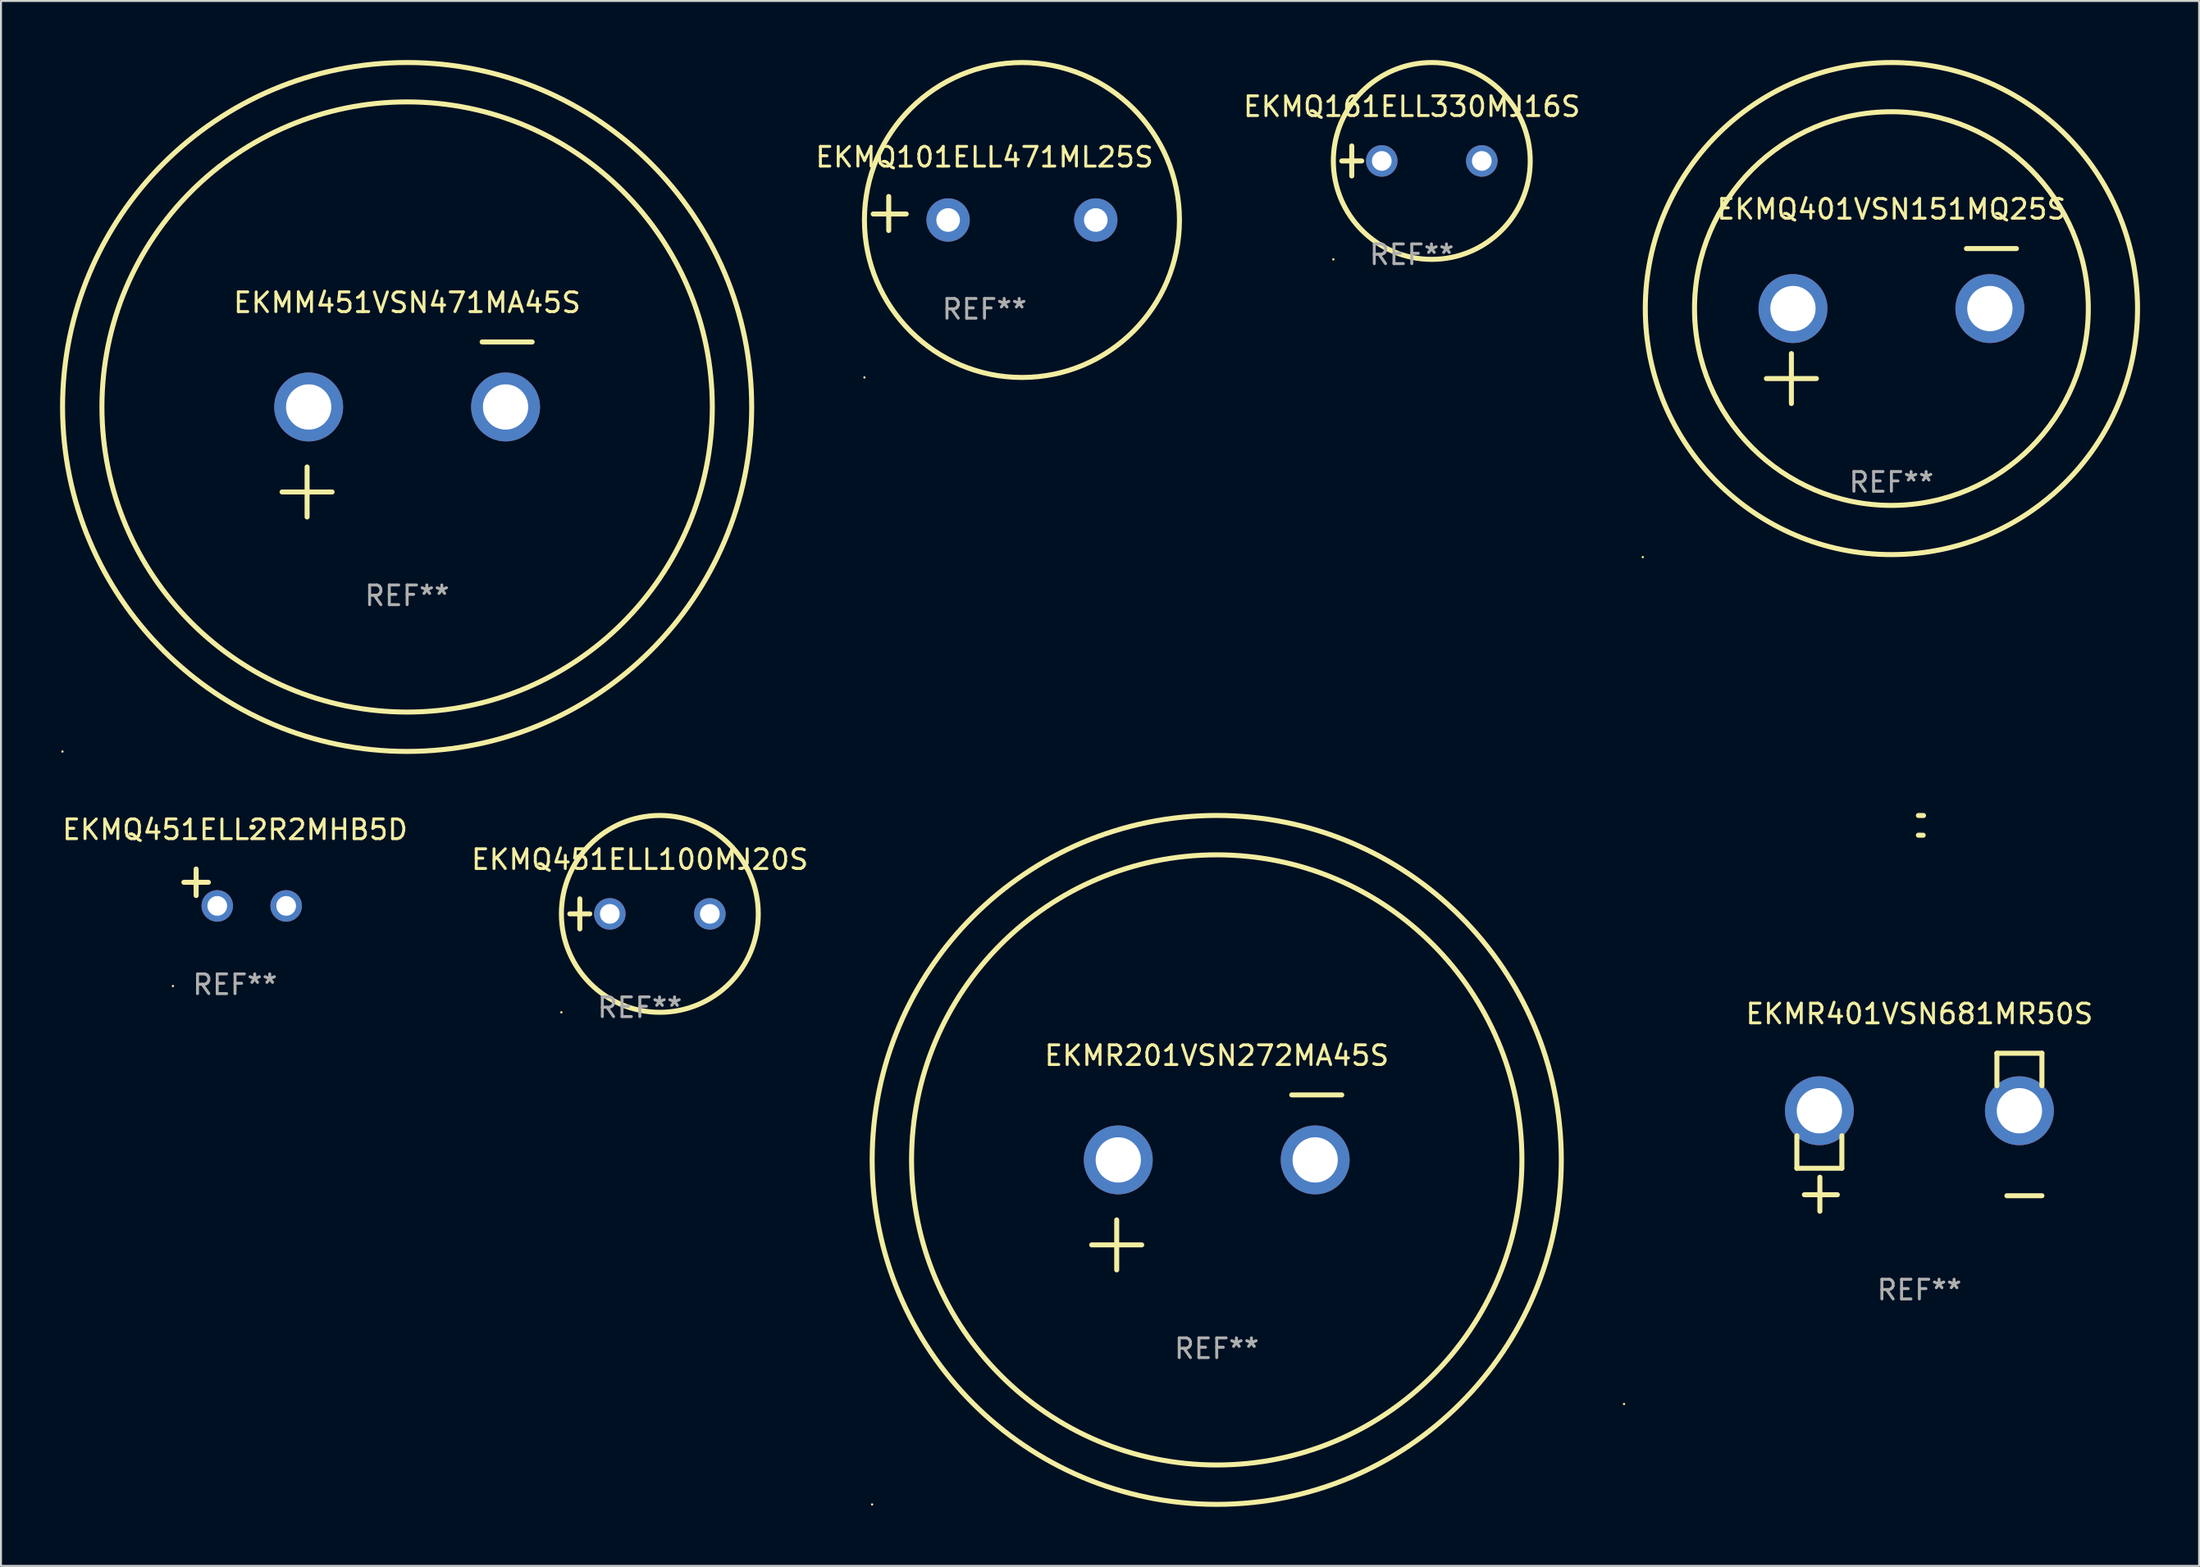
<source format=kicad_pcb>
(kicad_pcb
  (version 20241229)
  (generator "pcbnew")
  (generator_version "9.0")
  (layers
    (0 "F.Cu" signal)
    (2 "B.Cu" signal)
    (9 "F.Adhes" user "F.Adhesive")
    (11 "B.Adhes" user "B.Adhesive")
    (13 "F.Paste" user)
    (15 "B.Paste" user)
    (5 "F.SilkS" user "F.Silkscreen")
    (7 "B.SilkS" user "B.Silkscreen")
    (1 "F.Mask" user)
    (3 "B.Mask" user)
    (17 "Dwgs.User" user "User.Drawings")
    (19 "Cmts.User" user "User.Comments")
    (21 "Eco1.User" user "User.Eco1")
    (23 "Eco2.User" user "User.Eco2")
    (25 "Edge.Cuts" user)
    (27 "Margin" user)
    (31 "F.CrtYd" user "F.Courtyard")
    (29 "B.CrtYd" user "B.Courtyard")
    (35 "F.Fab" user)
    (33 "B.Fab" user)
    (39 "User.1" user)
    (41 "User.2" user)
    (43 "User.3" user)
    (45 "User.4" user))
  (footprint "EKMQ161ELL330MJ16S"
    (layer "F.Cu")
    (at 68.652 5.127)
    (property "Reference" "EKMQ161ELL330MJ16S" (at 0 -2.762 0) (layer "F.SilkS") (effects (font (size 1 1) (thickness 0.15))))
    (attr through_hole)
    (fp_line (start -3.556 0) (end -2.54 0) (stroke (width 0.254) (type solid)) (layer "F.SilkS"))
    (fp_line (start -3.048 -0.762) (end -3.048 0.762) (stroke (width 0.254) (type solid)) (layer "F.SilkS"))
    (fp_circle (center -3.984 5) (end -3.954 5) (stroke (width 0.06) (type solid)) (fill no) (layer "F.SilkS"))
    (fp_circle (center 1.016 0) (end 6.016 0) (stroke (width 0.254) (type solid)) (fill no) (layer "F.SilkS"))
    (fp_text user "REF**" (at 0 4.762 0) (layer "F.Fab") (effects (font (size 1 1) (thickness 0.15))))
    (pad "1" thru_hole circle (at -1.524 0) (size 1.6 1.6) (drill 1) (layers "*.Cu" "*.Mask"))
    (pad "2" thru_hole circle (at 3.556 0) (size 1.6 1.6) (drill 1) (layers "*.Cu" "*.Mask")))
  (footprint "EKMQ451ELL100MJ20S"
    (layer "F.Cu")
    (at 29.446 43.381)
    (property "Reference" "EKMQ451ELL100MJ20S" (at 0 -2.762 0) (layer "F.SilkS") (effects (font (size 1 1) (thickness 0.15))))
    (attr through_hole)
    (fp_line (start -3.556 0) (end -2.54 0) (stroke (width 0.254) (type solid)) (layer "F.SilkS"))
    (fp_line (start -3.048 -0.762) (end -3.048 0.762) (stroke (width 0.254) (type solid)) (layer "F.SilkS"))
    (fp_circle (center -3.984 5) (end -3.954 5) (stroke (width 0.06) (type solid)) (fill no) (layer "F.SilkS"))
    (fp_circle (center 1.016 0) (end 6.016 0) (stroke (width 0.254) (type solid)) (fill no) (layer "F.SilkS"))
    (fp_text user "REF**" (at 0 4.762 0) (layer "F.Fab") (effects (font (size 1 1) (thickness 0.15))))
    (pad "1" thru_hole circle (at -1.524 0) (size 1.6 1.6) (drill 1) (layers "*.Cu" "*.Mask"))
    (pad "2" thru_hole circle (at 3.556 0) (size 1.6 1.6) (drill 1) (layers "*.Cu" "*.Mask")))
  (footprint "EKMR401VSN681MR50S"
    (layer "F.Cu")
    (at 94.433 54.475)
    (property "Reference" "EKMR401VSN681MR50S" (at 0 -6.013 0) (layer "F.SilkS") (effects (font (size 1 1) (thickness 0.15))))
    (attr through_hole)
    (fp_line (start -6.223 0.178) (end -6.223 1.829) (stroke (width 0.254) (type solid)) (layer "F.SilkS"))
    (fp_line (start -6.223 1.829) (end -3.937 1.829) (stroke (width 0.254) (type solid)) (layer "F.SilkS"))
    (fp_line (start -5.055 4.013) (end -5.055 2.286) (stroke (width 0.254) (type solid)) (layer "F.SilkS"))
    (fp_line (start -4.166 3.175) (end -5.842 3.175) (stroke (width 0.254) (type solid)) (layer "F.SilkS"))
    (fp_line (start -3.937 1.829) (end -3.937 0.178) (stroke (width 0.254) (type solid)) (layer "F.SilkS"))
    (fp_line (start 3.937 -4.013) (end 3.937 -2.362) (stroke (width 0.254) (type solid)) (layer "F.SilkS"))
    (fp_line (start 6.223 -4.013) (end 3.937 -4.013) (stroke (width 0.254) (type solid)) (layer "F.SilkS"))
    (fp_line (start 6.223 -2.362) (end 6.223 -4.013) (stroke (width 0.254) (type solid)) (layer "F.SilkS"))
    (fp_line (start 6.223 3.226) (end 4.445 3.226) (stroke (width 0.254) (type solid)) (layer "F.SilkS"))
    (fp_arc (start -0.0508 -16.093472) (mid 0.080016 -16.092762) (end 0.210821 -16.090932) (stroke (width 0.254001) (type solid)) (layer "F.SilkS"))
    (fp_arc (start -0.0508 -15.09271) (mid 0.071125 -15.091961) (end 0.19304 -15.09017) (stroke (width 0.254001) (type solid)) (layer "F.SilkS"))
    (fp_circle (center -15 13.808) (end -14.97 13.808) (stroke (width 0.06) (type solid)) (fill no) (layer "F.SilkS"))
    (fp_text user "REF**" (at 0 8.013 0) (layer "F.Fab") (effects (font (size 1 1) (thickness 0.15))))
    (pad "1" thru_hole circle (at -5.08 -1.092) (size 3.5 3.5) (drill 2.3) (layers "*.Cu" "*.Mask"))
    (pad "2" thru_hole circle (at 5.08 -1.092) (size 3.5 3.5) (drill 2.3) (layers "*.Cu" "*.Mask")))
  (footprint "EKMQ101ELL471ML25S"
    (layer "F.Cu")
    (at 46.951 7.797)
    (property "Reference" "EKMQ101ELL471ML25S" (at 0 -2.864 0) (layer "F.SilkS") (effects (font (size 1 1) (thickness 0.15))))
    (attr through_hole)
    (fp_line (start -4.864 0.864) (end -4.864 -0.864) (stroke (width 0.254) (type solid)) (layer "F.SilkS"))
    (fp_line (start -3.975 0.025) (end -5.652 0.025) (stroke (width 0.254) (type solid)) (layer "F.SilkS"))
    (fp_circle (center -6.098 8.33) (end -6.068 8.33) (stroke (width 0.06) (type solid)) (fill no) (layer "F.SilkS"))
    (fp_circle (center 1.902 0.33) (end 9.902 0.33) (stroke (width 0.254) (type solid)) (fill no) (layer "F.SilkS"))
    (fp_text user "REF**" (at 0 4.864 0) (layer "F.Fab") (effects (font (size 1 1) (thickness 0.15))))
    (pad "1" thru_hole circle (at -1.848 0.33) (size 2.2 2.2) (drill 1.2) (layers "*.Cu" "*.Mask"))
    (pad "2" thru_hole circle (at 5.652 0.33) (size 2.2 2.2) (drill 1.2) (layers "*.Cu" "*.Mask")))
  (footprint "EKMM451VSN471MA45S"
    (layer "F.Cu")
    (at 17.627 18.77)
    (property "Reference" "EKMM451VSN471MA45S" (at 0 -6.445 0) (layer "F.SilkS") (effects (font (size 1 1) (thickness 0.15))))
    (attr through_hole)
    (fp_line (start -6.35 3.175) (end -3.81 3.175) (stroke (width 0.254) (type solid)) (layer "F.SilkS"))
    (fp_line (start -5.08 1.905) (end -5.08 4.445) (stroke (width 0.254) (type solid)) (layer "F.SilkS"))
    (fp_line (start 3.81 -4.445) (end 6.35 -4.445) (stroke (width 0.254) (type solid)) (layer "F.SilkS"))
    (fp_circle (center -17.505 16.362) (end -17.475 16.362) (stroke (width 0.06) (type solid)) (fill no) (layer "F.SilkS"))
    (fp_circle (center 0 -1.143) (end 15.5 -1.143) (stroke (width 0.254) (type solid)) (fill no) (layer "F.SilkS"))
    (fp_circle (center 0 -1.143) (end 17.5 -1.143) (stroke (width 0.254) (type solid)) (fill no) (layer "F.SilkS"))
    (fp_text user "REF**" (at 0 8.445 0) (layer "F.Fab") (effects (font (size 1 1) (thickness 0.15))))
    (pad "1" thru_hole circle (at -5 -1.143) (size 3.5 3.5) (drill 2.3) (layers "*.Cu" "*.Mask"))
    (pad "2" thru_hole circle (at 5 -1.143) (size 3.5 3.5) (drill 2.3) (layers "*.Cu" "*.Mask")))
  (footprint "EKMR201VSN272MA45S"
    (layer "F.Cu")
    (at 58.746 57.024)
    (property "Reference" "EKMR201VSN272MA45S" (at 0 -6.445 0) (layer "F.SilkS") (effects (font (size 1 1) (thickness 0.15))))
    (attr through_hole)
    (fp_line (start -6.35 3.175) (end -3.81 3.175) (stroke (width 0.254) (type solid)) (layer "F.SilkS"))
    (fp_line (start -5.08 1.905) (end -5.08 4.445) (stroke (width 0.254) (type solid)) (layer "F.SilkS"))
    (fp_line (start 3.81 -4.445) (end 6.35 -4.445) (stroke (width 0.254) (type solid)) (layer "F.SilkS"))
    (fp_circle (center -17.505 16.362) (end -17.475 16.362) (stroke (width 0.06) (type solid)) (fill no) (layer "F.SilkS"))
    (fp_circle (center 0 -1.143) (end 15.5 -1.143) (stroke (width 0.254) (type solid)) (fill no) (layer "F.SilkS"))
    (fp_circle (center 0 -1.143) (end 17.5 -1.143) (stroke (width 0.254) (type solid)) (fill no) (layer "F.SilkS"))
    (fp_text user "REF**" (at 0 8.445 0) (layer "F.Fab") (effects (font (size 1 1) (thickness 0.15))))
    (pad "1" thru_hole circle (at -5 -1.143) (size 3.5 3.5) (drill 2.3) (layers "*.Cu" "*.Mask"))
    (pad "2" thru_hole circle (at 5 -1.143) (size 3.5 3.5) (drill 2.3) (layers "*.Cu" "*.Mask")))
  (footprint "EKMQ401VSN151MQ25S"
    (layer "F.Cu")
    (at 93.012 13.516)
    (property "Reference" "EKMQ401VSN151MQ25S" (at 0 -5.937 0) (layer "F.SilkS") (effects (font (size 1 1) (thickness 0.15))))
    (attr through_hole)
    (fp_line (start -6.35 2.667) (end -3.81 2.667) (stroke (width 0.254) (type solid)) (layer "F.SilkS"))
    (fp_line (start -5.08 1.397) (end -5.08 3.937) (stroke (width 0.254) (type solid)) (layer "F.SilkS"))
    (fp_line (start 3.81 -3.937) (end 6.35 -3.937) (stroke (width 0.254) (type solid)) (layer "F.SilkS"))
    (fp_circle (center -12.627 11.738) (end -12.597 11.738) (stroke (width 0.06) (type solid)) (fill no) (layer "F.SilkS"))
    (fp_circle (center 0 -0.889) (end 10 -0.889) (stroke (width 0.254) (type solid)) (fill no) (layer "F.SilkS"))
    (fp_circle (center 0 -0.889) (end 12.5 -0.889) (stroke (width 0.254) (type solid)) (fill no) (layer "F.SilkS"))
    (fp_text user "REF**" (at 0 7.937 0) (layer "F.Fab") (effects (font (size 1 1) (thickness 0.15))))
    (pad "1" thru_hole circle (at -5 -0.889) (size 3.5 3.5) (drill 2.3) (layers "*.Cu" "*.Mask"))
    (pad "2" thru_hole circle (at 5 -0.889) (size 3.5 3.5) (drill 2.3) (layers "*.Cu" "*.Mask")))
  (footprint "EKMQ451ELL2R2MHB5D"
    (layer "F.Cu")
    (at 8.887 42.039)
    (property "Reference" "EKMQ451ELL2R2MHB5D" (at 0 -2.937 0) (layer "F.SilkS") (effects (font (size 1 1) (thickness 0.15))))
    (attr through_hole)
    (fp_line (start -1.975 0.41) (end -1.975 -0.937) (stroke (width 0.254) (type solid)) (layer "F.SilkS"))
    (fp_line (start -1.353 -0.263) (end -2.597 -0.263) (stroke (width 0.254) (type solid)) (layer "F.SilkS"))
    (fp_arc (start 0.849809 -3.063957) (mid 0.885369 -3.064114) (end 0.920929 -3.063957) (stroke (width 0.254001) (type solid)) (layer "F.SilkS"))
    (fp_circle (center -3.154 5.008) (end -3.124 5.008) (stroke (width 0.06) (type solid)) (fill no) (layer "F.SilkS"))
    (fp_text user "REF**" (at 0 4.937 0) (layer "F.Fab") (effects (font (size 1 1) (thickness 0.15))))
    (pad "1" thru_hole circle (at -0.903 0.937) (size 1.6 1.6) (drill 1) (layers "*.Cu" "*.Mask"))
    (pad "2" thru_hole circle (at 2.597 0.937) (size 1.6 1.6) (drill 1) (layers "*.Cu" "*.Mask")))
  (gr_rect
    (start -3 -3)
    (end 108.639 76.509)
    (stroke (width 0.1) (type default))
    (fill no)
    (layer "Edge.Cuts")))
</source>
